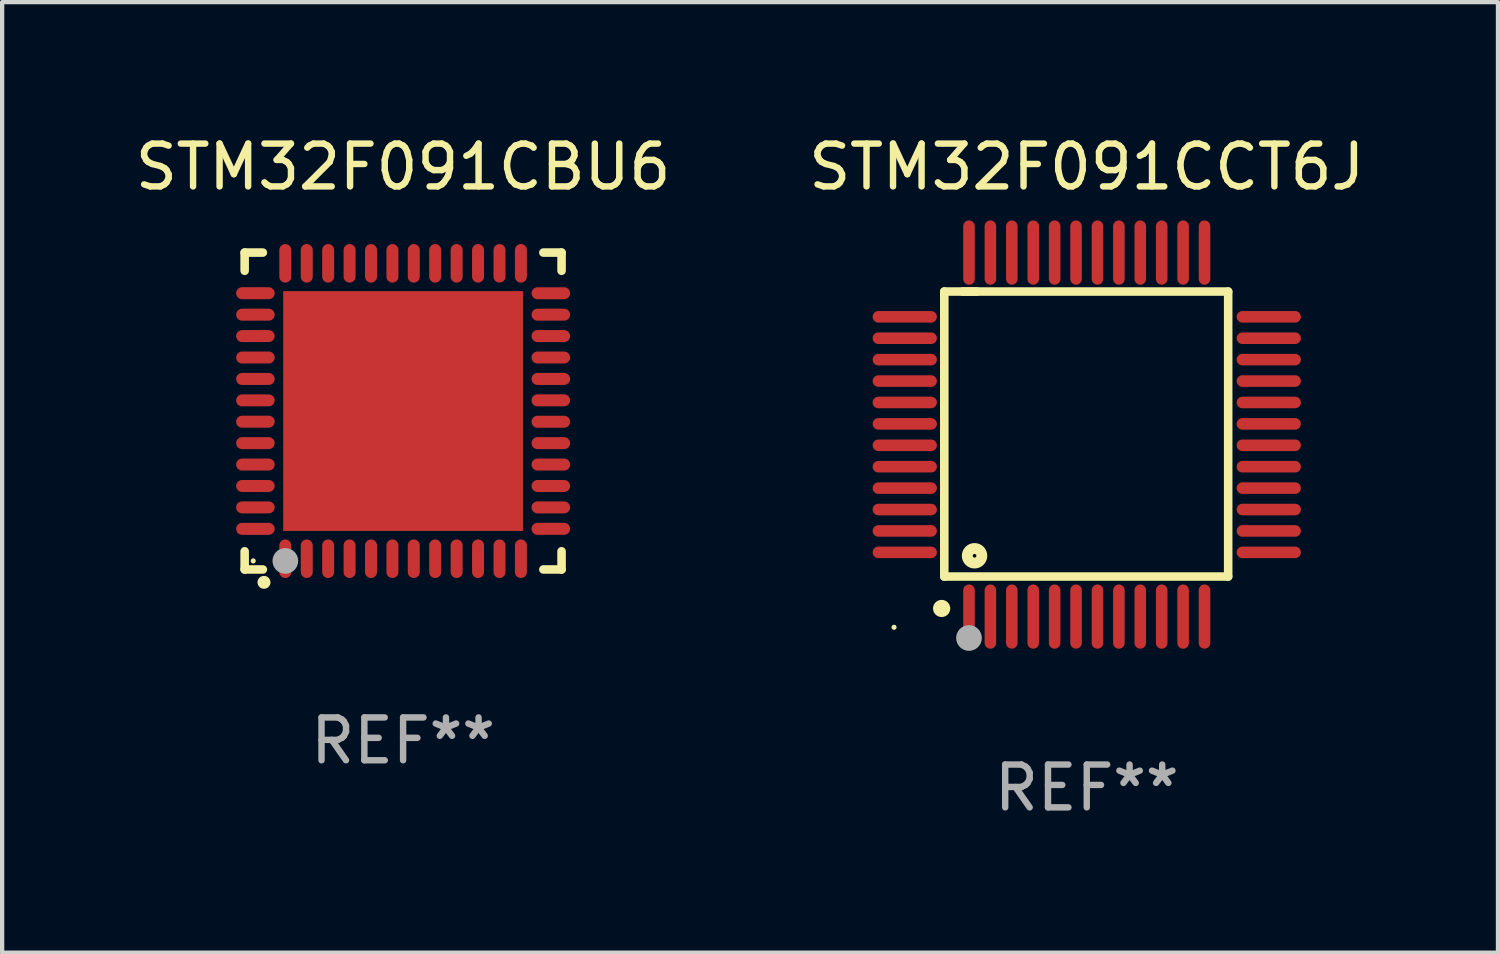
<source format=kicad_pcb>
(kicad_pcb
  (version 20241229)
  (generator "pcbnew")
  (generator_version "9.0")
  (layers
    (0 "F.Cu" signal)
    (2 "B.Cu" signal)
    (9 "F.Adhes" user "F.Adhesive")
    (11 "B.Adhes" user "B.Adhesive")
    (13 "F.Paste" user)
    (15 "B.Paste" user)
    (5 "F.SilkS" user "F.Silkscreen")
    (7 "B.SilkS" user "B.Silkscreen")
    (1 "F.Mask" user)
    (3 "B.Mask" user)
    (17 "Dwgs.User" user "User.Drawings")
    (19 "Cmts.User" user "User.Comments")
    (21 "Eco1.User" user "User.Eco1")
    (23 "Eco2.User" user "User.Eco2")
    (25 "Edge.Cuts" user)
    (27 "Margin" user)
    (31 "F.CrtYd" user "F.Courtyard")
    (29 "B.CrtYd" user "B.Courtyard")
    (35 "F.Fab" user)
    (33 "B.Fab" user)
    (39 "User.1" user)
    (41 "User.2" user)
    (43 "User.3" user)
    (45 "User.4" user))
  (footprint "STM32F091CBU6"
    (layer "F.Cu")
    (at 6.363 6.548)
    (property "Reference" "STM32F091CBU6" (at 0 -5.7 0) (layer "F.SilkS") (effects (font (size 1 1) (thickness 0.15))))
    (attr through_hole)
    (fp_line (start -3.7 -3.7) (end -3.275 -3.7) (stroke (width 0.2) (type solid)) (layer "F.SilkS"))
    (fp_line (start -3.7 -3.275) (end -3.7 -3.7) (stroke (width 0.2) (type solid)) (layer "F.SilkS"))
    (fp_line (start -3.7 3.7) (end -3.7 3.275) (stroke (width 0.2) (type solid)) (layer "F.SilkS"))
    (fp_line (start -3.275 3.7) (end -3.7 3.7) (stroke (width 0.2) (type solid)) (layer "F.SilkS"))
    (fp_line (start 3.7 -3.7) (end 3.275 -3.7) (stroke (width 0.2) (type solid)) (layer "F.SilkS"))
    (fp_line (start 3.7 -3.275) (end 3.7 -3.7) (stroke (width 0.2) (type solid)) (layer "F.SilkS"))
    (fp_line (start 3.7 3.275) (end 3.7 3.7) (stroke (width 0.2) (type solid)) (layer "F.SilkS"))
    (fp_line (start 3.7 3.7) (end 3.275 3.7) (stroke (width 0.2) (type solid)) (layer "F.SilkS"))
    (fp_arc (start -3.249936 3.999975) (mid -3.248666 3.99997) (end -3.247396 3.999975) (stroke (width 0.3) (type solid)) (layer "F.SilkS"))
    (fp_circle (center -3.5 3.5) (end -3.47 3.5) (stroke (width 0.06) (type solid)) (fill no) (layer "F.SilkS"))
    (fp_circle (center -2.75 3.5) (end -2.6 3.5) (stroke (width 0.3) (type solid)) (fill no) (layer "F.Fab"))
    (fp_text user "REF**" (at 0 7.7 0) (layer "F.Fab") (effects (font (size 1 1) (thickness 0.15))))
    (pad "1" smd oval (at -2.751 3.449) (size 0.28 0.9) (layers "F.Cu" "F.Mask" "F.Paste"))
    (pad "2" smd oval (at -2.25 3.449) (size 0.28 0.9) (layers "F.Cu" "F.Mask" "F.Paste"))
    (pad "3" smd oval (at -1.75 3.449) (size 0.28 0.9) (layers "F.Cu" "F.Mask" "F.Paste"))
    (pad "4" smd oval (at -1.25 3.449) (size 0.28 0.9) (layers "F.Cu" "F.Mask" "F.Paste"))
    (pad "5" smd oval (at -0.749 3.449) (size 0.28 0.9) (layers "F.Cu" "F.Mask" "F.Paste"))
    (pad "6" smd oval (at -0.249 3.449) (size 0.28 0.9) (layers "F.Cu" "F.Mask" "F.Paste"))
    (pad "7" smd oval (at 0.249 3.449) (size 0.28 0.9) (layers "F.Cu" "F.Mask" "F.Paste"))
    (pad "8" smd oval (at 0.749 3.449) (size 0.28 0.9) (layers "F.Cu" "F.Mask" "F.Paste"))
    (pad "9" smd oval (at 1.25 3.449) (size 0.28 0.9) (layers "F.Cu" "F.Mask" "F.Paste"))
    (pad "10" smd oval (at 1.75 3.449) (size 0.28 0.9) (layers "F.Cu" "F.Mask" "F.Paste"))
    (pad "11" smd oval (at 2.251 3.449) (size 0.28 0.9) (layers "F.Cu" "F.Mask" "F.Paste"))
    (pad "12" smd oval (at 2.751 3.449) (size 0.28 0.9) (layers "F.Cu" "F.Mask" "F.Paste"))
    (pad "13" smd oval (at 3.449 2.75) (size 0.9 0.28) (layers "F.Cu" "F.Mask" "F.Paste"))
    (pad "14" smd oval (at 3.449 2.25) (size 0.9 0.28) (layers "F.Cu" "F.Mask" "F.Paste"))
    (pad "15" smd oval (at 3.449 1.75) (size 0.9 0.28) (layers "F.Cu" "F.Mask" "F.Paste"))
    (pad "16" smd oval (at 3.449 1.25) (size 0.9 0.28) (layers "F.Cu" "F.Mask" "F.Paste"))
    (pad "17" smd oval (at 3.449 0.75) (size 0.9 0.28) (layers "F.Cu" "F.Mask" "F.Paste"))
    (pad "18" smd oval (at 3.449 0.25) (size 0.9 0.28) (layers "F.Cu" "F.Mask" "F.Paste"))
    (pad "19" smd oval (at 3.449 -0.25) (size 0.9 0.28) (layers "F.Cu" "F.Mask" "F.Paste"))
    (pad "20" smd oval (at 3.449 -0.75) (size 0.9 0.28) (layers "F.Cu" "F.Mask" "F.Paste"))
    (pad "21" smd oval (at 3.449 -1.25) (size 0.9 0.28) (layers "F.Cu" "F.Mask" "F.Paste"))
    (pad "22" smd oval (at 3.449 -1.75) (size 0.9 0.28) (layers "F.Cu" "F.Mask" "F.Paste"))
    (pad "23" smd oval (at 3.449 -2.25) (size 0.9 0.28) (layers "F.Cu" "F.Mask" "F.Paste"))
    (pad "24" smd oval (at 3.449 -2.75) (size 0.9 0.28) (layers "F.Cu" "F.Mask" "F.Paste"))
    (pad "25" smd oval (at 2.751 -3.449) (size 0.28 0.9) (layers "F.Cu" "F.Mask" "F.Paste"))
    (pad "26" smd oval (at 2.251 -3.449) (size 0.28 0.9) (layers "F.Cu" "F.Mask" "F.Paste"))
    (pad "27" smd oval (at 1.75 -3.449) (size 0.28 0.9) (layers "F.Cu" "F.Mask" "F.Paste"))
    (pad "28" smd oval (at 1.25 -3.449) (size 0.28 0.9) (layers "F.Cu" "F.Mask" "F.Paste"))
    (pad "29" smd oval (at 0.749 -3.449) (size 0.28 0.9) (layers "F.Cu" "F.Mask" "F.Paste"))
    (pad "30" smd oval (at 0.249 -3.449) (size 0.28 0.9) (layers "F.Cu" "F.Mask" "F.Paste"))
    (pad "31" smd oval (at -0.249 -3.449) (size 0.28 0.9) (layers "F.Cu" "F.Mask" "F.Paste"))
    (pad "32" smd oval (at -0.749 -3.449) (size 0.28 0.9) (layers "F.Cu" "F.Mask" "F.Paste"))
    (pad "33" smd oval (at -1.25 -3.449) (size 0.28 0.9) (layers "F.Cu" "F.Mask" "F.Paste"))
    (pad "34" smd oval (at -1.75 -3.449) (size 0.28 0.9) (layers "F.Cu" "F.Mask" "F.Paste"))
    (pad "35" smd oval (at -2.25 -3.449) (size 0.28 0.9) (layers "F.Cu" "F.Mask" "F.Paste"))
    (pad "36" smd oval (at -2.751 -3.449) (size 0.28 0.9) (layers "F.Cu" "F.Mask" "F.Paste"))
    (pad "37" smd oval (at -3.449 -2.751) (size 0.9 0.28) (layers "F.Cu" "F.Mask" "F.Paste"))
    (pad "38" smd oval (at -3.449 -2.25) (size 0.9 0.28) (layers "F.Cu" "F.Mask" "F.Paste"))
    (pad "39" smd oval (at -3.449 -1.75) (size 0.9 0.28) (layers "F.Cu" "F.Mask" "F.Paste"))
    (pad "40" smd oval (at -3.449 -1.25) (size 0.9 0.28) (layers "F.Cu" "F.Mask" "F.Paste"))
    (pad "41" smd oval (at -3.449 -0.749) (size 0.9 0.28) (layers "F.Cu" "F.Mask" "F.Paste"))
    (pad "42" smd oval (at -3.449 -0.249) (size 0.9 0.28) (layers "F.Cu" "F.Mask" "F.Paste"))
    (pad "43" smd oval (at -3.449 0.249) (size 0.9 0.28) (layers "F.Cu" "F.Mask" "F.Paste"))
    (pad "44" smd oval (at -3.449 0.749) (size 0.9 0.28) (layers "F.Cu" "F.Mask" "F.Paste"))
    (pad "45" smd oval (at -3.449 1.25) (size 0.9 0.28) (layers "F.Cu" "F.Mask" "F.Paste"))
    (pad "46" smd oval (at -3.449 1.75) (size 0.9 0.28) (layers "F.Cu" "F.Mask" "F.Paste"))
    (pad "47" smd oval (at -3.449 2.25) (size 0.9 0.28) (layers "F.Cu" "F.Mask" "F.Paste"))
    (pad "48" smd oval (at -3.449 2.751) (size 0.9 0.28) (layers "F.Cu" "F.Mask" "F.Paste"))
    (pad "49" smd rect (at 0.000076 -0.000025) (size 5.6 5.6) (layers "F.Cu" "F.Mask" "F.Paste")))
  (footprint "STM32F091CCT6J"
    (layer "F.Cu")
    (at 22.327 7.098)
    (property "Reference" "STM32F091CCT6J" (at 0 -6.25 0) (layer "F.SilkS") (effects (font (size 1 1) (thickness 0.15))))
    (attr through_hole)
    (fp_line (start -3.327 -3.34) (end -2.565 -3.34) (stroke (width 0.2) (type solid)) (layer "F.SilkS"))
    (fp_line (start -3.327 3.315) (end -3.327 -3.34) (stroke (width 0.2) (type solid)) (layer "F.SilkS"))
    (fp_line (start -2.896 -3.34) (end 3.302 -3.34) (stroke (width 0.2) (type solid)) (layer "F.SilkS"))
    (fp_line (start 3.302 -3.34) (end 3.302 3.315) (stroke (width 0.2) (type solid)) (layer "F.SilkS"))
    (fp_line (start 3.302 3.315) (end -3.327 3.315) (stroke (width 0.2) (type solid)) (layer "F.SilkS"))
    (fp_arc (start -3.389992 4.059995) (mid -3.388722 4.059991) (end -3.387452 4.059995) (stroke (width 0.4) (type solid)) (layer "F.SilkS"))
    (fp_circle (center -4.5 4.5) (end -4.47 4.5) (stroke (width 0.06) (type solid)) (fill no) (layer "F.SilkS"))
    (fp_circle (center -2.62 2.83) (end -2.45 2.83) (stroke (width 0.254) (type solid)) (fill no) (layer "F.SilkS"))
    (fp_circle (center -2.75 4.75) (end -2.6 4.75) (stroke (width 0.3) (type solid)) (fill no) (layer "F.Fab"))
    (fp_text user "REF**" (at 0 8.25 0) (layer "F.Fab") (effects (font (size 1 1) (thickness 0.15))))
    (pad "1" smd oval (at -2.75 4.25) (size 0.27 1.5) (layers "F.Cu" "F.Mask" "F.Paste"))
    (pad "2" smd oval (at -2.25 4.25) (size 0.27 1.5) (layers "F.Cu" "F.Mask" "F.Paste"))
    (pad "3" smd oval (at -1.75 4.25) (size 0.27 1.5) (layers "F.Cu" "F.Mask" "F.Paste"))
    (pad "4" smd oval (at -1.25 4.25) (size 0.27 1.5) (layers "F.Cu" "F.Mask" "F.Paste"))
    (pad "5" smd oval (at -0.75 4.25) (size 0.27 1.5) (layers "F.Cu" "F.Mask" "F.Paste"))
    (pad "6" smd oval (at -0.25 4.25) (size 0.27 1.5) (layers "F.Cu" "F.Mask" "F.Paste"))
    (pad "7" smd oval (at 0.25 4.25) (size 0.27 1.5) (layers "F.Cu" "F.Mask" "F.Paste"))
    (pad "8" smd oval (at 0.75 4.25) (size 0.27 1.5) (layers "F.Cu" "F.Mask" "F.Paste"))
    (pad "9" smd oval (at 1.25 4.25) (size 0.27 1.5) (layers "F.Cu" "F.Mask" "F.Paste"))
    (pad "10" smd oval (at 1.75 4.25) (size 0.27 1.5) (layers "F.Cu" "F.Mask" "F.Paste"))
    (pad "11" smd oval (at 2.25 4.25) (size 0.27 1.5) (layers "F.Cu" "F.Mask" "F.Paste"))
    (pad "12" smd oval (at 2.75 4.25) (size 0.27 1.5) (layers "F.Cu" "F.Mask" "F.Paste"))
    (pad "13" smd oval (at 4.25 2.75) (size 1.5 0.27) (layers "F.Cu" "F.Mask" "F.Paste"))
    (pad "14" smd oval (at 4.25 2.25) (size 1.5 0.27) (layers "F.Cu" "F.Mask" "F.Paste"))
    (pad "15" smd oval (at 4.25 1.75) (size 1.5 0.27) (layers "F.Cu" "F.Mask" "F.Paste"))
    (pad "16" smd oval (at 4.25 1.25) (size 1.5 0.27) (layers "F.Cu" "F.Mask" "F.Paste"))
    (pad "17" smd oval (at 4.25 0.75) (size 1.5 0.27) (layers "F.Cu" "F.Mask" "F.Paste"))
    (pad "18" smd oval (at 4.25 0.25) (size 1.5 0.27) (layers "F.Cu" "F.Mask" "F.Paste"))
    (pad "19" smd oval (at 4.25 -0.25) (size 1.5 0.27) (layers "F.Cu" "F.Mask" "F.Paste"))
    (pad "20" smd oval (at 4.25 -0.75) (size 1.5 0.27) (layers "F.Cu" "F.Mask" "F.Paste"))
    (pad "21" smd oval (at 4.25 -1.25) (size 1.5 0.27) (layers "F.Cu" "F.Mask" "F.Paste"))
    (pad "22" smd oval (at 4.25 -1.75) (size 1.5 0.27) (layers "F.Cu" "F.Mask" "F.Paste"))
    (pad "23" smd oval (at 4.25 -2.25) (size 1.5 0.27) (layers "F.Cu" "F.Mask" "F.Paste"))
    (pad "24" smd oval (at 4.25 -2.75) (size 1.5 0.27) (layers "F.Cu" "F.Mask" "F.Paste"))
    (pad "25" smd oval (at 2.75 -4.25) (size 0.27 1.5) (layers "F.Cu" "F.Mask" "F.Paste"))
    (pad "26" smd oval (at 2.25 -4.25) (size 0.27 1.5) (layers "F.Cu" "F.Mask" "F.Paste"))
    (pad "27" smd oval (at 1.75 -4.25) (size 0.27 1.5) (layers "F.Cu" "F.Mask" "F.Paste"))
    (pad "28" smd oval (at 1.25 -4.25) (size 0.27 1.5) (layers "F.Cu" "F.Mask" "F.Paste"))
    (pad "29" smd oval (at 0.75 -4.25) (size 0.27 1.5) (layers "F.Cu" "F.Mask" "F.Paste"))
    (pad "30" smd oval (at 0.25 -4.25) (size 0.27 1.5) (layers "F.Cu" "F.Mask" "F.Paste"))
    (pad "31" smd oval (at -0.25 -4.25) (size 0.27 1.5) (layers "F.Cu" "F.Mask" "F.Paste"))
    (pad "32" smd oval (at -0.75 -4.25) (size 0.27 1.5) (layers "F.Cu" "F.Mask" "F.Paste"))
    (pad "33" smd oval (at -1.25 -4.25) (size 0.27 1.5) (layers "F.Cu" "F.Mask" "F.Paste"))
    (pad "34" smd oval (at -1.75 -4.25) (size 0.27 1.5) (layers "F.Cu" "F.Mask" "F.Paste"))
    (pad "35" smd oval (at -2.25 -4.25) (size 0.27 1.5) (layers "F.Cu" "F.Mask" "F.Paste"))
    (pad "36" smd oval (at -2.75 -4.25) (size 0.27 1.5) (layers "F.Cu" "F.Mask" "F.Paste"))
    (pad "37" smd oval (at -4.25 -2.75) (size 1.5 0.27) (layers "F.Cu" "F.Mask" "F.Paste"))
    (pad "38" smd oval (at -4.25 -2.25) (size 1.5 0.27) (layers "F.Cu" "F.Mask" "F.Paste"))
    (pad "39" smd oval (at -4.25 -1.75) (size 1.5 0.27) (layers "F.Cu" "F.Mask" "F.Paste"))
    (pad "40" smd oval (at -4.25 -1.25) (size 1.5 0.27) (layers "F.Cu" "F.Mask" "F.Paste"))
    (pad "41" smd oval (at -4.25 -0.75) (size 1.5 0.27) (layers "F.Cu" "F.Mask" "F.Paste"))
    (pad "42" smd oval (at -4.25 -0.25) (size 1.5 0.27) (layers "F.Cu" "F.Mask" "F.Paste"))
    (pad "43" smd oval (at -4.25 0.25) (size 1.5 0.27) (layers "F.Cu" "F.Mask" "F.Paste"))
    (pad "44" smd oval (at -4.25 0.75) (size 1.5 0.27) (layers "F.Cu" "F.Mask" "F.Paste"))
    (pad "45" smd oval (at -4.25 1.25) (size 1.5 0.27) (layers "F.Cu" "F.Mask" "F.Paste"))
    (pad "46" smd oval (at -4.25 1.75) (size 1.5 0.27) (layers "F.Cu" "F.Mask" "F.Paste"))
    (pad "47" smd oval (at -4.25 2.25) (size 1.5 0.27) (layers "F.Cu" "F.Mask" "F.Paste"))
    (pad "48" smd oval (at -4.25 2.75) (size 1.5 0.27) (layers "F.Cu" "F.Mask" "F.Paste")))
  (gr_rect
    (start -3 -3)
    (end 31.929 19.196)
    (stroke (width 0.1) (type default))
    (fill no)
    (layer "Edge.Cuts")))
</source>
